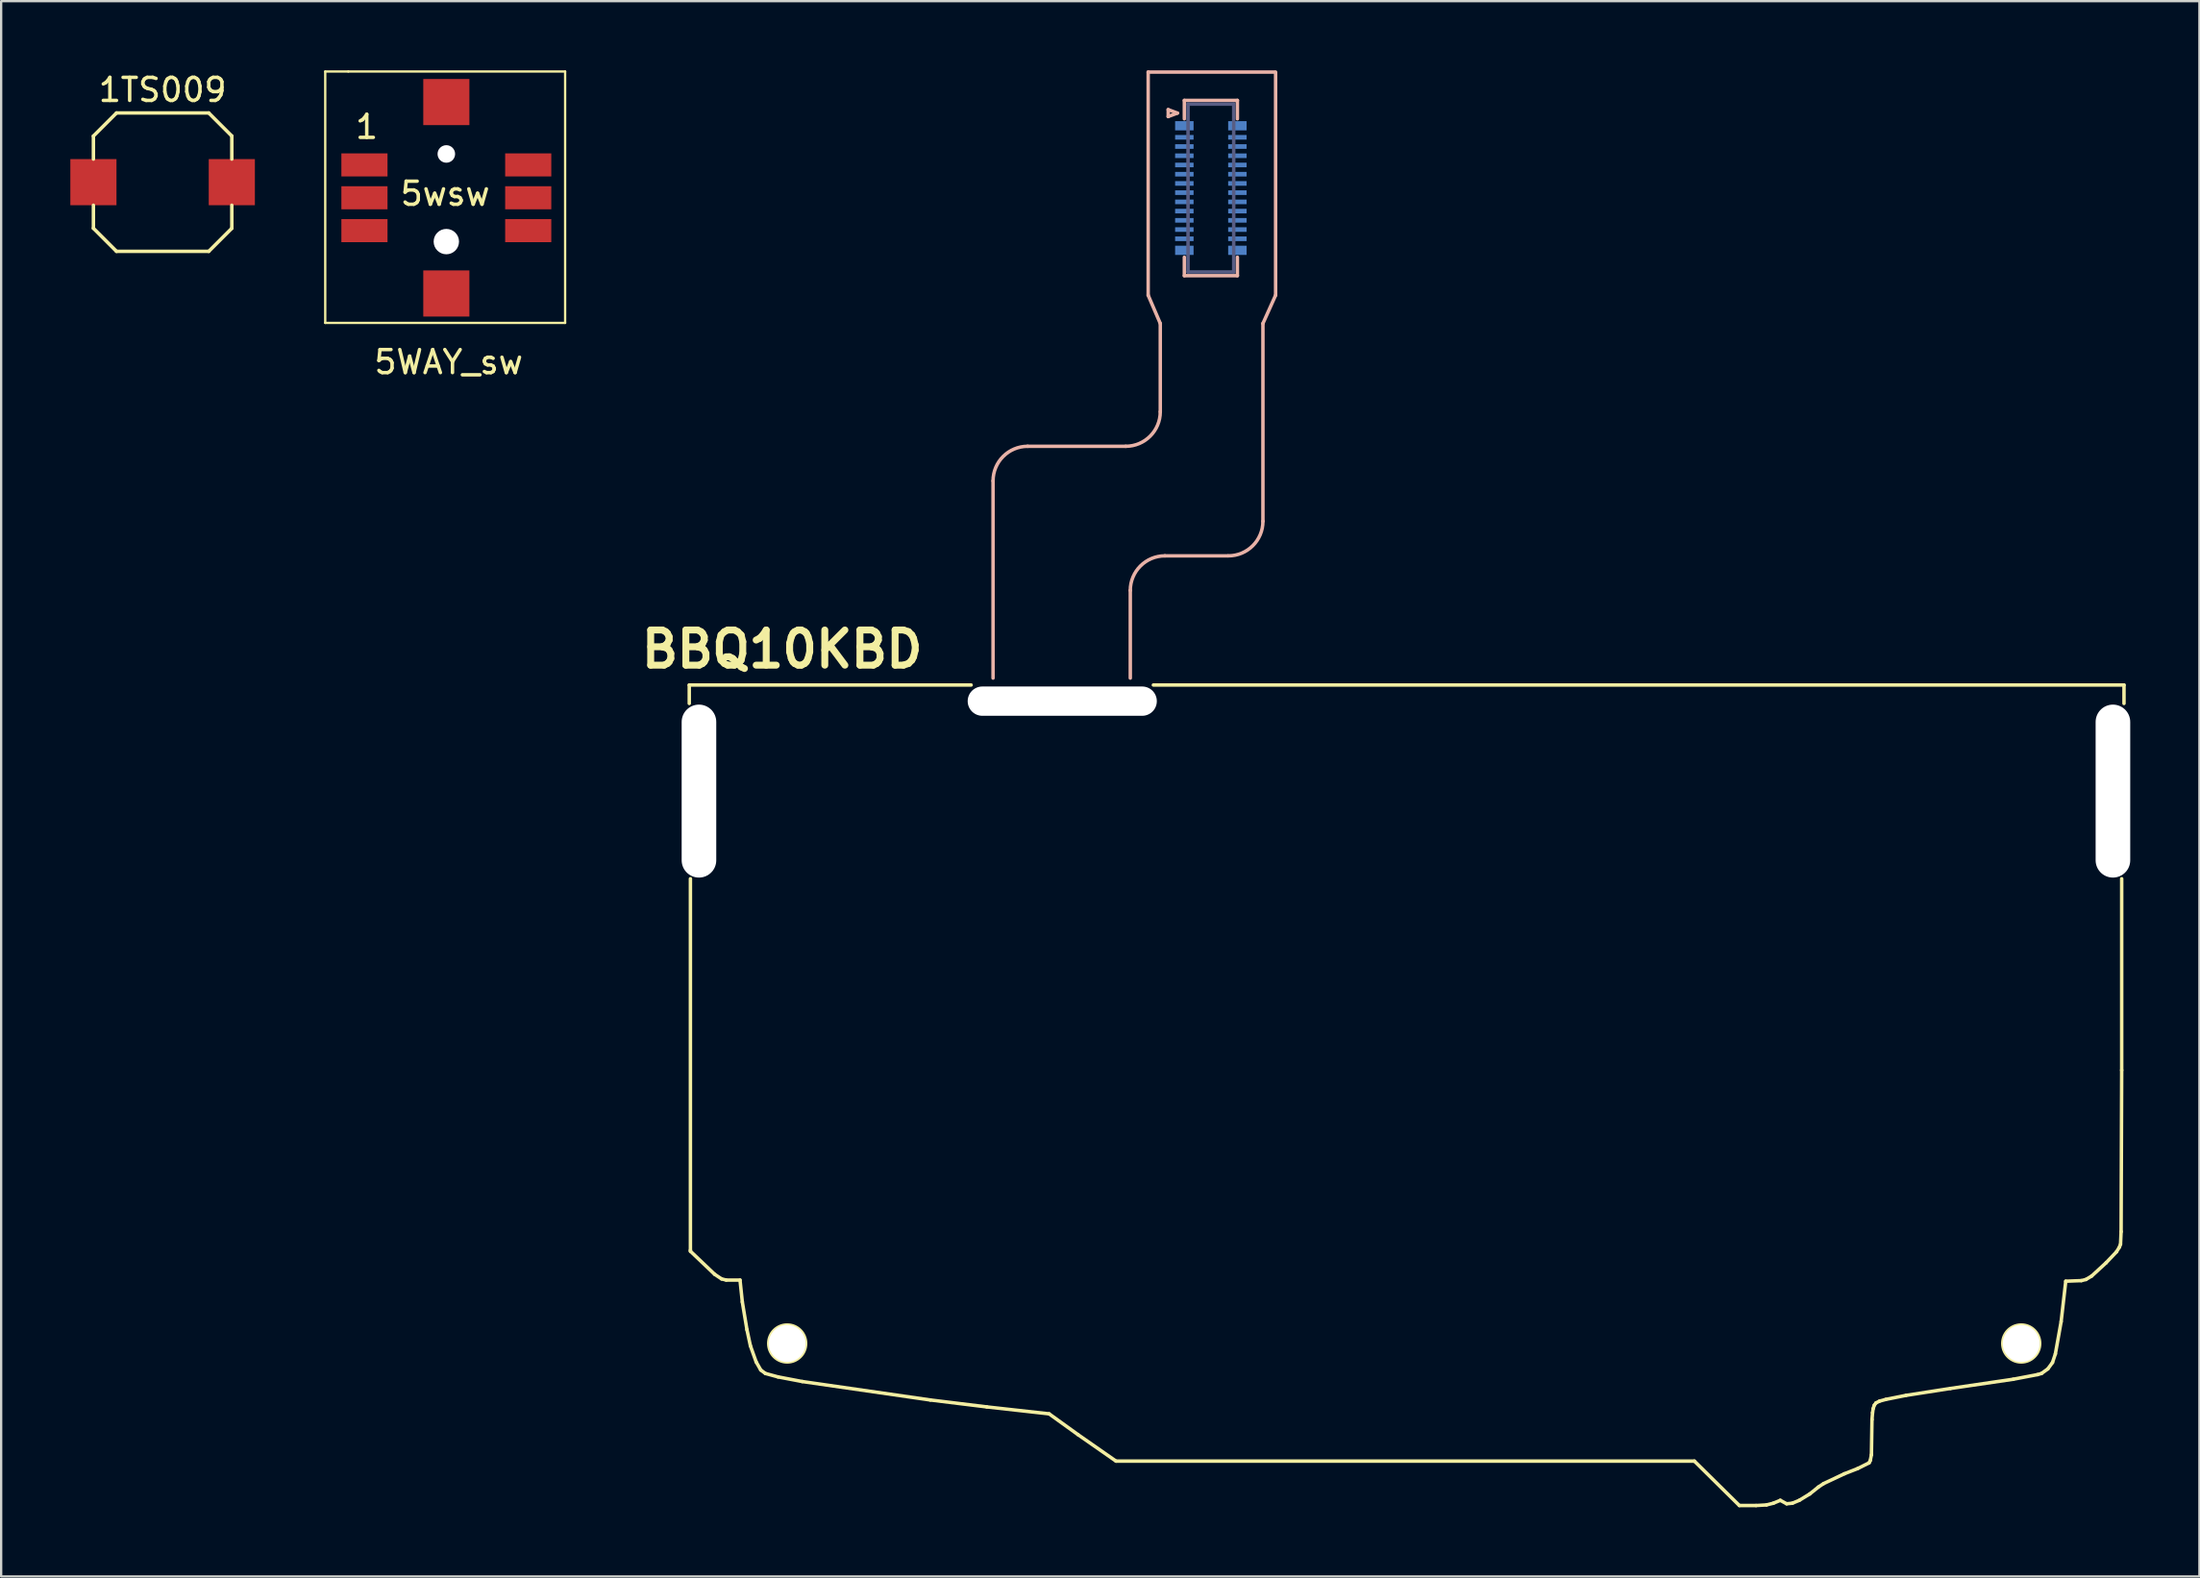
<source format=kicad_pcb>
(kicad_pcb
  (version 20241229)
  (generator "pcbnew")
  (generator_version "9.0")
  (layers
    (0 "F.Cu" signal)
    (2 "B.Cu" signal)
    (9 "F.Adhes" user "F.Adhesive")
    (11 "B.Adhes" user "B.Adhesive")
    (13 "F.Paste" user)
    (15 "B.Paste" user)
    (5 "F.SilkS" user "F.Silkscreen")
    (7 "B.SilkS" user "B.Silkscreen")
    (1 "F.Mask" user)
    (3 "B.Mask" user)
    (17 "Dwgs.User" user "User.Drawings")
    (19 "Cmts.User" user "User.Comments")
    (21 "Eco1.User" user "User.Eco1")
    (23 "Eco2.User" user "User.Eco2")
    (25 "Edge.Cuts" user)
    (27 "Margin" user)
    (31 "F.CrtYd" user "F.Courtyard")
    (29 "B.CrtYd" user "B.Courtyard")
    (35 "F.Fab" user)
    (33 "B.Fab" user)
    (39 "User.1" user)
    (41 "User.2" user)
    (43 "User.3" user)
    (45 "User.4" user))
  (footprint "BBQ10KBD"
    (layer "F.Cu")
    (at 56.952 26.65)
    (property "Reference" "BBQ10KBD" (at -26.095 -1.55 180) (layer "F.SilkS") (effects (font (size 1.524 1.524) (thickness 0.3))))
    (attr smd)
    (fp_line (start -30.12 0) (end -30.12 0.8) (stroke (width 0.15) (type solid)) (layer "F.SilkS"))
    (fp_line (start -30.07 8.4) (end -30.07 24.5) (stroke (width 0.15) (type solid)) (layer "F.SilkS"))
    (fp_line (start -30.07 24.5) (end -30.07 24.55) (stroke (width 0.15) (type solid)) (layer "F.SilkS"))
    (fp_line (start -30.07 24.55) (end -29.02 25.55) (stroke (width 0.15) (type solid)) (layer "F.SilkS"))
    (fp_line (start -29.02 25.55) (end -28.72 25.75) (stroke (width 0.15) (type solid)) (layer "F.SilkS"))
    (fp_line (start -28.72 25.75) (end -28.52 25.8) (stroke (width 0.15) (type solid)) (layer "F.SilkS"))
    (fp_line (start -28.52 25.8) (end -27.92 25.8) (stroke (width 0.15) (type solid)) (layer "F.SilkS"))
    (fp_line (start -27.92 25.8) (end -27.82 26.75) (stroke (width 0.15) (type solid)) (layer "F.SilkS"))
    (fp_line (start -27.82 26.75) (end -27.62 27.95) (stroke (width 0.15) (type solid)) (layer "F.SilkS"))
    (fp_line (start -27.62 27.95) (end -27.47 28.65) (stroke (width 0.15) (type solid)) (layer "F.SilkS"))
    (fp_line (start -27.47 28.65) (end -27.22 29.35) (stroke (width 0.15) (type solid)) (layer "F.SilkS"))
    (fp_line (start -27.22 29.35) (end -27.02 29.7) (stroke (width 0.15) (type solid)) (layer "F.SilkS"))
    (fp_line (start -27.02 29.7) (end -26.82 29.85) (stroke (width 0.15) (type solid)) (layer "F.SilkS"))
    (fp_line (start -26.82 29.85) (end -26.27 30) (stroke (width 0.15) (type solid)) (layer "F.SilkS"))
    (fp_line (start -26.27 30) (end -25.22 30.2) (stroke (width 0.15) (type solid)) (layer "F.SilkS"))
    (fp_line (start -25.22 30.2) (end -19.67 31) (stroke (width 0.15) (type solid)) (layer "F.SilkS"))
    (fp_line (start -19.67 31) (end -17.22 31.3) (stroke (width 0.15) (type solid)) (layer "F.SilkS"))
    (fp_line (start -17.9 0) (end -30.12 0) (stroke (width 0.15) (type solid)) (layer "F.SilkS"))
    (fp_line (start -17.22 31.3) (end -14.52 31.6) (stroke (width 0.15) (type solid)) (layer "F.SilkS"))
    (fp_line (start -14.52 31.6) (end -13.27 32.5) (stroke (width 0.15) (type solid)) (layer "F.SilkS"))
    (fp_line (start -13.27 32.5) (end -11.62 33.65) (stroke (width 0.15) (type solid)) (layer "F.SilkS"))
    (fp_line (start -11.62 33.65) (end 13.455 33.65) (stroke (width 0.15) (type solid)) (layer "F.SilkS"))
    (fp_line (start -10 0) (end 32.08 0) (stroke (width 0.15) (type solid)) (layer "F.SilkS"))
    (fp_line (start 13.455 33.65) (end 15.405 35.575) (stroke (width 0.15) (type solid)) (layer "F.SilkS"))
    (fp_line (start 15.405 35.575) (end 16.13 35.575) (stroke (width 0.15) (type solid)) (layer "F.SilkS"))
    (fp_line (start 16.13 35.575) (end 16.58 35.55) (stroke (width 0.15) (type solid)) (layer "F.SilkS"))
    (fp_line (start 16.58 35.55) (end 16.88 35.475) (stroke (width 0.15) (type solid)) (layer "F.SilkS"))
    (fp_line (start 16.88 35.475) (end 17.18 35.35) (stroke (width 0.15) (type solid)) (layer "F.SilkS"))
    (fp_line (start 17.18 35.35) (end 17.455 35.5) (stroke (width 0.15) (type solid)) (layer "F.SilkS"))
    (fp_line (start 17.455 35.5) (end 17.705 35.475) (stroke (width 0.15) (type solid)) (layer "F.SilkS"))
    (fp_line (start 17.705 35.475) (end 18.005 35.35) (stroke (width 0.15) (type solid)) (layer "F.SilkS"))
    (fp_line (start 18.005 35.35) (end 18.455 35.075) (stroke (width 0.15) (type solid)) (layer "F.SilkS"))
    (fp_line (start 18.455 35.075) (end 18.83 34.775) (stroke (width 0.15) (type solid)) (layer "F.SilkS"))
    (fp_line (start 18.83 34.775) (end 19.055 34.625) (stroke (width 0.15) (type solid)) (layer "F.SilkS"))
    (fp_line (start 19.055 34.625) (end 19.955 34.2) (stroke (width 0.15) (type solid)) (layer "F.SilkS"))
    (fp_line (start 19.955 34.2) (end 20.53 33.975) (stroke (width 0.15) (type solid)) (layer "F.SilkS"))
    (fp_line (start 20.53 33.975) (end 21.03 33.725) (stroke (width 0.15) (type solid)) (layer "F.SilkS"))
    (fp_line (start 21.03 33.725) (end 21.08 33.625) (stroke (width 0.15) (type solid)) (layer "F.SilkS"))
    (fp_line (start 21.08 33.625) (end 21.13 33.375) (stroke (width 0.15) (type solid)) (layer "F.SilkS"))
    (fp_line (start 21.13 33.375) (end 21.155 31.85) (stroke (width 0.15) (type solid)) (layer "F.SilkS"))
    (fp_line (start 21.155 31.85) (end 21.18 31.55) (stroke (width 0.15) (type solid)) (layer "F.SilkS"))
    (fp_line (start 21.18 31.55) (end 21.205 31.375) (stroke (width 0.15) (type solid)) (layer "F.SilkS"))
    (fp_line (start 21.205 31.375) (end 21.255 31.225) (stroke (width 0.15) (type solid)) (layer "F.SilkS"))
    (fp_line (start 21.255 31.225) (end 21.33 31.125) (stroke (width 0.15) (type solid)) (layer "F.SilkS"))
    (fp_line (start 21.33 31.125) (end 21.48 31.05) (stroke (width 0.15) (type solid)) (layer "F.SilkS"))
    (fp_line (start 21.48 31.05) (end 21.755 30.975) (stroke (width 0.15) (type solid)) (layer "F.SilkS"))
    (fp_line (start 21.755 30.975) (end 22.63 30.8) (stroke (width 0.15) (type solid)) (layer "F.SilkS"))
    (fp_line (start 22.63 30.8) (end 24.555 30.5) (stroke (width 0.15) (type solid)) (layer "F.SilkS"))
    (fp_line (start 24.555 30.5) (end 27.28 30.1) (stroke (width 0.15) (type solid)) (layer "F.SilkS"))
    (fp_line (start 27.28 30.1) (end 28.33 29.9) (stroke (width 0.15) (type solid)) (layer "F.SilkS"))
    (fp_line (start 28.33 29.9) (end 28.505 29.85) (stroke (width 0.15) (type solid)) (layer "F.SilkS"))
    (fp_line (start 28.505 29.85) (end 28.78 29.65) (stroke (width 0.15) (type solid)) (layer "F.SilkS"))
    (fp_line (start 28.78 29.65) (end 28.98 29.375) (stroke (width 0.15) (type solid)) (layer "F.SilkS"))
    (fp_line (start 28.98 29.375) (end 29.105 29) (stroke (width 0.15) (type solid)) (layer "F.SilkS"))
    (fp_line (start 29.105 29) (end 29.355 27.6) (stroke (width 0.15) (type solid)) (layer "F.SilkS"))
    (fp_line (start 29.355 27.6) (end 29.555 25.85) (stroke (width 0.15) (type solid)) (layer "F.SilkS"))
    (fp_line (start 29.555 25.85) (end 30.23 25.825) (stroke (width 0.15) (type solid)) (layer "F.SilkS"))
    (fp_line (start 30.23 25.825) (end 30.43 25.775) (stroke (width 0.15) (type solid)) (layer "F.SilkS"))
    (fp_line (start 30.43 25.775) (end 30.68 25.625) (stroke (width 0.15) (type solid)) (layer "F.SilkS"))
    (fp_line (start 30.68 25.625) (end 31.305 25.05) (stroke (width 0.15) (type solid)) (layer "F.SilkS"))
    (fp_line (start 31.305 25.05) (end 31.755 24.575) (stroke (width 0.15) (type solid)) (layer "F.SilkS"))
    (fp_line (start 31.755 24.575) (end 31.88 24.375) (stroke (width 0.15) (type solid)) (layer "F.SilkS"))
    (fp_line (start 31.88 24.375) (end 31.93 24.25) (stroke (width 0.15) (type solid)) (layer "F.SilkS"))
    (fp_line (start 31.93 24.25) (end 31.955 23.7) (stroke (width 0.15) (type solid)) (layer "F.SilkS"))
    (fp_line (start 31.955 23.7) (end 31.98 16.7) (stroke (width 0.15) (type solid)) (layer "F.SilkS"))
    (fp_line (start 31.98 16.7) (end 31.98 8.4) (stroke (width 0.15) (type solid)) (layer "F.SilkS"))
    (fp_line (start 32.08 0) (end 32.08 0.8) (stroke (width 0.15) (type solid)) (layer "F.SilkS"))
    (fp_circle (center -25.875 28.55) (end -25.075 28.55) (stroke (width 0.15) (type solid)) (fill no) (layer "F.SilkS"))
    (fp_circle (center 27.625 28.55) (end 28.425 28.55) (stroke (width 0.15) (type solid)) (fill no) (layer "F.SilkS"))
    (fp_line (start -16.95 -0.3) (end -16.95 -8.85) (stroke (width 0.15) (type solid)) (layer "B.SilkS"))
    (fp_line (start -15.45 -10.35) (end -11.2 -10.35) (stroke (width 0.15) (type solid)) (layer "B.SilkS"))
    (fp_line (start -11 -0.3) (end -11 -4.1) (stroke (width 0.15) (type solid)) (layer "B.SilkS"))
    (fp_line (start -10.225 -26.575) (end -10.225 -16.9) (stroke (width 0.15) (type solid)) (layer "B.SilkS"))
    (fp_line (start -9.7 -15.675) (end -10.225 -16.9) (stroke (width 0.15) (type solid)) (layer "B.SilkS"))
    (fp_line (start -9.7 -11.85) (end -9.7 -15.675) (stroke (width 0.15) (type solid)) (layer "B.SilkS"))
    (fp_line (start -9.5 -5.6) (end -6.775 -5.6) (stroke (width 0.15) (type solid)) (layer "B.SilkS"))
    (fp_line (start -9.357 -24.947) (end -9.357 -24.647) (stroke (width 0.15) (type solid)) (layer "B.SilkS"))
    (fp_line (start -9.357 -24.647) (end -8.957 -24.797) (stroke (width 0.15) (type solid)) (layer "B.SilkS"))
    (fp_line (start -8.957 -24.797) (end -9.357 -24.947) (stroke (width 0.15) (type solid)) (layer "B.SilkS"))
    (fp_line (start -8.657 -25.347) (end -8.657 -24.547) (stroke (width 0.15) (type solid)) (layer "B.SilkS"))
    (fp_line (start -8.657 -18.547) (end -8.657 -17.747) (stroke (width 0.15) (type solid)) (layer "B.SilkS"))
    (fp_line (start -8.657 -17.747) (end -6.357 -17.747) (stroke (width 0.15) (type solid)) (layer "B.SilkS"))
    (fp_line (start -6.357 -25.347) (end -8.657 -25.347) (stroke (width 0.15) (type solid)) (layer "B.SilkS"))
    (fp_line (start -6.357 -24.547) (end -6.357 -25.347) (stroke (width 0.15) (type solid)) (layer "B.SilkS"))
    (fp_line (start -6.357 -17.747) (end -6.357 -18.547) (stroke (width 0.15) (type solid)) (layer "B.SilkS"))
    (fp_line (start -5.25 -15.675) (end -4.7 -16.9) (stroke (width 0.15) (type solid)) (layer "B.SilkS"))
    (fp_line (start -5.25 -7.1) (end -5.25 -15.675) (stroke (width 0.15) (type solid)) (layer "B.SilkS"))
    (fp_line (start -4.75 -26.575) (end -10.225 -26.575) (stroke (width 0.15) (type solid)) (layer "B.SilkS"))
    (fp_line (start -4.7 -16.9) (end -4.7 -26.575) (stroke (width 0.15) (type solid)) (layer "B.SilkS"))
    (fp_arc (start -16.95 -8.85) (mid -16.51066 -9.91066) (end -15.45 -10.35) (stroke (width 0.15) (type solid)) (layer "B.SilkS"))
    (fp_arc (start -11 -4.1) (mid -10.56066 -5.16066) (end -9.5 -5.6) (stroke (width 0.15) (type solid)) (layer "B.SilkS"))
    (fp_arc (start -9.7 -11.85) (mid -10.13934 -10.78934) (end -11.2 -10.35) (stroke (width 0.15) (type solid)) (layer "B.SilkS"))
    (fp_arc (start -5.25 -7.1) (mid -5.68934 -6.03934) (end -6.75 -5.6) (stroke (width 0.15) (type solid)) (layer "B.SilkS"))
    (fp_line (start -8.497 -25.187) (end -8.497 -17.907) (stroke (width 0.15) (type solid)) (layer "B.Fab"))
    (fp_line (start -8.497 -17.907) (end -6.517 -17.907) (stroke (width 0.15) (type solid)) (layer "B.Fab"))
    (fp_line (start -6.517 -25.187) (end -8.497 -25.187) (stroke (width 0.15) (type solid)) (layer "B.Fab"))
    (fp_line (start -6.517 -17.907) (end -6.517 -25.187) (stroke (width 0.15) (type solid)) (layer "B.Fab"))
    (pad "" np_thru_hole oval (at -29.7 4.6) (size 1.5 7.5) (drill oval 1.5 7.5) (layers "*.Cu" "*.Mask"))
    (pad "" np_thru_hole circle (at -25.875 28.55) (size 1.6 1.6) (drill 1.6) (layers "*.Cu" "*.Mask"))
    (pad "" np_thru_hole oval (at -13.95 0.7) (size 8.2 1.27) (drill oval 8.2 1.27) (layers "*.Cu" "*.Mask"))
    (pad "" np_thru_hole circle (at 27.625 28.55) (size 1.6 1.6) (drill 1.6) (layers "*.Cu" "*.Mask"))
    (pad "" np_thru_hole oval (at 31.6 4.6) (size 1.5 7.5) (drill oval 1.5 7.5) (layers "*.Cu" "*.Mask"))
    (pad "1" smd rect (at -8.657 -24.247 270) (size 0.4 0.8) (layers "B.Cu" "B.Mask" "B.Paste"))
    (pad "2" smd rect (at -8.657 -23.747 270) (size 0.2 0.8) (layers "B.Cu" "B.Mask" "B.Paste"))
    (pad "3" smd rect (at -8.657 -23.347 270) (size 0.2 0.8) (layers "B.Cu" "B.Mask" "B.Paste"))
    (pad "4" smd rect (at -8.657 -22.947 270) (size 0.2 0.8) (layers "B.Cu" "B.Mask" "B.Paste"))
    (pad "5" smd rect (at -8.657 -22.547 270) (size 0.2 0.8) (layers "B.Cu" "B.Mask" "B.Paste"))
    (pad "6" smd rect (at -8.657 -22.147 270) (size 0.2 0.8) (layers "B.Cu" "B.Mask" "B.Paste"))
    (pad "7" smd rect (at -8.657 -21.747 270) (size 0.2 0.8) (layers "B.Cu" "B.Mask" "B.Paste"))
    (pad "8" smd rect (at -8.657 -21.347 270) (size 0.2 0.8) (layers "B.Cu" "B.Mask" "B.Paste"))
    (pad "9" smd rect (at -8.657 -20.947 270) (size 0.2 0.8) (layers "B.Cu" "B.Mask" "B.Paste"))
    (pad "10" smd rect (at -8.657 -20.547 270) (size 0.2 0.8) (layers "B.Cu" "B.Mask" "B.Paste"))
    (pad "11" smd rect (at -8.657 -20.147 270) (size 0.2 0.8) (layers "B.Cu" "B.Mask" "B.Paste"))
    (pad "12" smd rect (at -8.657 -19.747 270) (size 0.2 0.8) (layers "B.Cu" "B.Mask" "B.Paste"))
    (pad "13" smd rect (at -8.657 -19.347 270) (size 0.2 0.8) (layers "B.Cu" "B.Mask" "B.Paste"))
    (pad "14" smd rect (at -8.657 -18.847 270) (size 0.4 0.8) (layers "B.Cu" "B.Mask" "B.Paste"))
    (pad "15" smd rect (at -6.357 -18.847 270) (size 0.4 0.8) (layers "B.Cu" "B.Mask" "B.Paste"))
    (pad "16" smd rect (at -6.357 -19.347 270) (size 0.2 0.8) (layers "B.Cu" "B.Mask" "B.Paste"))
    (pad "17" smd rect (at -6.357 -19.747 270) (size 0.2 0.8) (layers "B.Cu" "B.Mask" "B.Paste"))
    (pad "18" smd rect (at -6.357 -20.147 270) (size 0.2 0.8) (layers "B.Cu" "B.Mask" "B.Paste"))
    (pad "19" smd rect (at -6.357 -20.547 270) (size 0.2 0.8) (layers "B.Cu" "B.Mask" "B.Paste"))
    (pad "20" smd rect (at -6.357 -20.947 270) (size 0.2 0.8) (layers "B.Cu" "B.Mask" "B.Paste"))
    (pad "21" smd rect (at -6.357 -21.347 270) (size 0.2 0.8) (layers "B.Cu" "B.Mask" "B.Paste"))
    (pad "22" smd rect (at -6.357 -21.747 270) (size 0.2 0.8) (layers "B.Cu" "B.Mask" "B.Paste"))
    (pad "23" smd rect (at -6.357 -22.147 270) (size 0.2 0.8) (layers "B.Cu" "B.Mask" "B.Paste"))
    (pad "24" smd rect (at -6.357 -22.547 270) (size 0.2 0.8) (layers "B.Cu" "B.Mask" "B.Paste"))
    (pad "25" smd rect (at -6.357 -22.947 270) (size 0.2 0.8) (layers "B.Cu" "B.Mask" "B.Paste"))
    (pad "26" smd rect (at -6.357 -23.347 270) (size 0.2 0.8) (layers "B.Cu" "B.Mask" "B.Paste"))
    (pad "27" smd rect (at -6.357 -23.747 270) (size 0.2 0.8) (layers "B.Cu" "B.Mask" "B.Paste"))
    (pad "28" smd rect (at -6.357 -24.247 270) (size 0.4 0.8) (layers "B.Cu" "B.Mask" "B.Paste")))
  (footprint "1TS009"
    (layer "F.Cu")
    (at 4 4.848)
    (property "Reference" "1TS009" (at 0 -4 0) (layer "F.SilkS") (effects (font (size 1 1) (thickness 0.15))))
    (attr through_hole)
    (fp_line (start -3 -2) (end -2 -3) (stroke (width 0.15) (type solid)) (layer "F.SilkS"))
    (fp_line (start -3 -1) (end -3 -2) (stroke (width 0.15) (type solid)) (layer "F.SilkS"))
    (fp_line (start -3 2) (end -3 1) (stroke (width 0.15) (type solid)) (layer "F.SilkS"))
    (fp_line (start -2 -3) (end 2 -3) (stroke (width 0.15) (type solid)) (layer "F.SilkS"))
    (fp_line (start -2 3) (end -3 2) (stroke (width 0.15) (type solid)) (layer "F.SilkS"))
    (fp_line (start 2 -3) (end 3 -2) (stroke (width 0.15) (type solid)) (layer "F.SilkS"))
    (fp_line (start 2 3) (end -2 3) (stroke (width 0.15) (type solid)) (layer "F.SilkS"))
    (fp_line (start 3 -2) (end 3 -1) (stroke (width 0.15) (type solid)) (layer "F.SilkS"))
    (fp_line (start 3 1) (end 3 2) (stroke (width 0.15) (type solid)) (layer "F.SilkS"))
    (fp_line (start 3 2) (end 2 3) (stroke (width 0.15) (type solid)) (layer "F.SilkS"))
    (pad "1" smd rect (at -3 0) (size 2 2) (layers "F.Cu" "F.Mask" "F.Paste"))
    (pad "2" smd rect (at 3 0) (size 2 2) (layers "F.Cu" "F.Mask" "F.Paste")))
  (footprint "5WAY_sw"
    (layer "F.Cu")
    (at 16.3 5.525)
    (property "Reference" "5WAY_sw" (at 0.1 7.125 0) (layer "F.SilkS") (effects (font (size 1 1) (thickness 0.15))))
    (attr through_hole)
    (fp_line (start -5.25 -5.475) (end -4.25 -5.475) (stroke (width 0.1) (type solid)) (layer "F.SilkS"))
    (fp_line (start -5.25 5.425) (end -5.25 -5.475) (stroke (width 0.1) (type solid)) (layer "F.SilkS"))
    (fp_line (start -4.25 -5.475) (end 5.15 -5.475) (stroke (width 0.1) (type solid)) (layer "F.SilkS"))
    (fp_line (start 5.15 -5.475) (end 5.15 5.425) (stroke (width 0.1) (type solid)) (layer "F.SilkS"))
    (fp_line (start 5.15 5.425) (end -5.25 5.425) (stroke (width 0.1) (type solid)) (layer "F.SilkS"))
    (fp_circle (center 0 -1.9) (end 0.4 -2) (stroke (width 0.1) (type solid)) (fill no) (layer "Margin"))
    (fp_circle (center 0 1.9) (end 0.55 1.85) (stroke (width 0.1) (type solid)) (fill no) (layer "Margin"))
    (fp_text user "1" (at -3.45 -3.075 0) (layer "F.SilkS") (effects (font (size 1 1) (thickness 0.15))))
    (fp_text user "5wsw" (at -0.05 -0.175 0) (layer "F.SilkS") (effects (font (size 1 1) (thickness 0.15))))
    (pad "" smd rect (at 0 -4.15) (size 2 2) (layers "F.Cu" "F.Mask" "F.Paste"))
    (pad "" np_thru_hole circle (at 0 -1.9) (size 0.76 0.76) (drill 0.76) (layers "*.Cu" "*.Mask"))
    (pad "" np_thru_hole circle (at 0 1.9) (size 1.1 1.1) (drill 1.1) (layers "*.Cu" "*.Mask"))
    (pad "" smd rect (at 0 4.15) (size 2 2) (layers "F.Cu" "F.Mask" "F.Paste"))
    (pad "1" smd rect (at -3.55 -1.425) (size 2 1) (layers "F.Cu" "F.Mask" "F.Paste"))
    (pad "2" smd rect (at -3.55 0) (size 2 1) (layers "F.Cu" "F.Mask" "F.Paste"))
    (pad "3" smd rect (at -3.55 1.425) (size 2 1) (layers "F.Cu" "F.Mask" "F.Paste"))
    (pad "4" smd rect (at 3.55 -1.425) (size 2 1) (layers "F.Cu" "F.Mask" "F.Paste"))
    (pad "5" smd rect (at 3.55 0) (size 2 1) (layers "F.Cu" "F.Mask" "F.Paste"))
    (pad "6" smd rect (at 3.55 1.425) (size 2 1) (layers "F.Cu" "F.Mask" "F.Paste")))
  (gr_rect
    (start -3 -3)
    (end 92.302 65.3)
    (stroke (width 0.1) (type default))
    (fill no)
    (layer "Edge.Cuts")))
</source>
